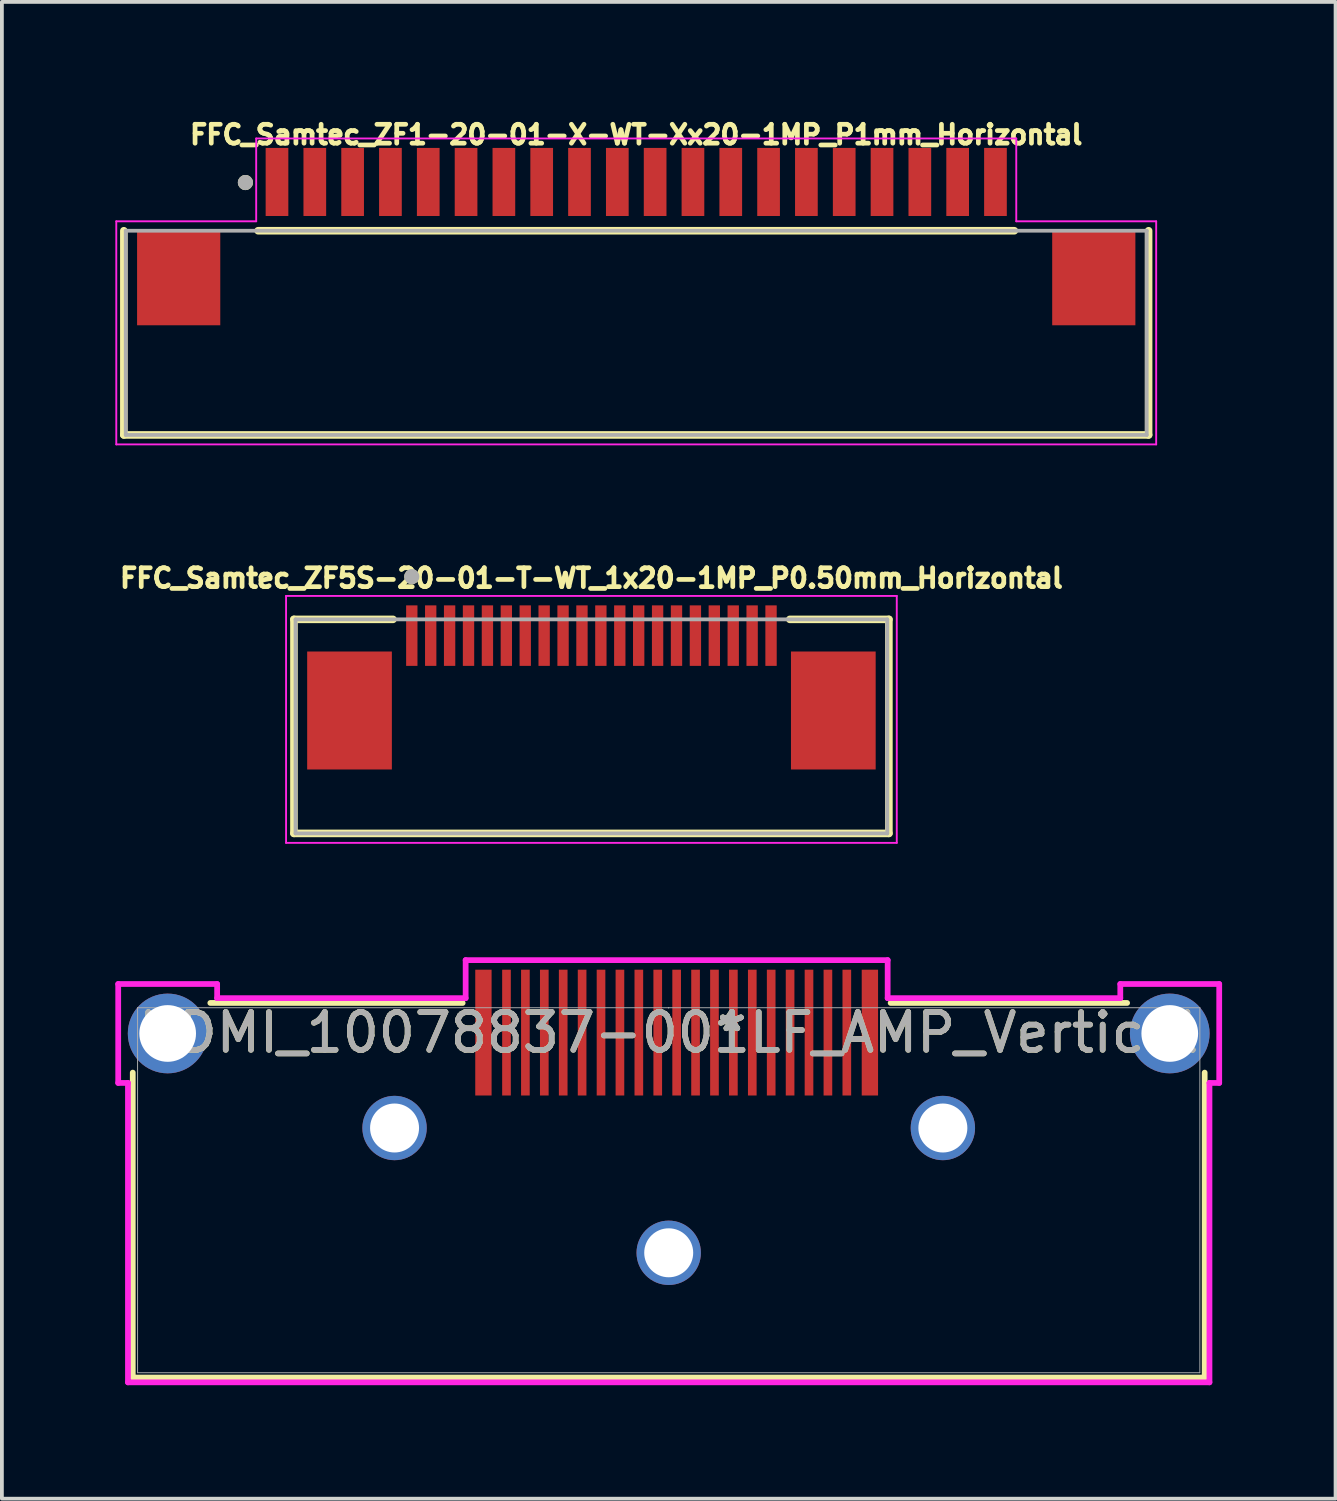
<source format=kicad_pcb>
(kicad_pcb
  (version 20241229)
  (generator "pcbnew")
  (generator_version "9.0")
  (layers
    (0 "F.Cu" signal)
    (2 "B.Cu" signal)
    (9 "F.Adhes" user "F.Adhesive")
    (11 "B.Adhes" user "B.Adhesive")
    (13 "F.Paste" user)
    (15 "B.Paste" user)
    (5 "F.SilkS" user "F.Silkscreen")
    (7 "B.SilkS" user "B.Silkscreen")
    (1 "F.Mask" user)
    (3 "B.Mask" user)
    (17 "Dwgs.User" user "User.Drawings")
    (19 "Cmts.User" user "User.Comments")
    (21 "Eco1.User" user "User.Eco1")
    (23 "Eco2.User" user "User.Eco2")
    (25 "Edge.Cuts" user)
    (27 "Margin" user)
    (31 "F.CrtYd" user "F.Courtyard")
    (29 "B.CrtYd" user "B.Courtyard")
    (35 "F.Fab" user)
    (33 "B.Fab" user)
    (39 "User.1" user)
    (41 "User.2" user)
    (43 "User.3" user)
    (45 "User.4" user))
  (footprint "HDMI_10078837-001LF_AMP_Vertical"
    (layer "F.Cu")
    (at 14.634 28.426)
    (property "Reference" "HDMI_10078837-001LF_AMP_Vertical" (at 0 -4.168 0) (unlocked yes) (layer "F.SilkS") (effects (font (size 1 1) (thickness 0.15))))
    (attr smd)
    (fp_line (start -14.173 -3.111) (end -14.173 4.953) (stroke (width 0.152) (type solid)) (layer "F.SilkS"))
    (fp_line (start -14.173 4.953) (end 14.173 4.953) (stroke (width 0.152) (type solid)) (layer "F.SilkS"))
    (fp_line (start -5.449 -4.953) (end -12.122 -4.953) (stroke (width 0.152) (type solid)) (layer "F.SilkS"))
    (fp_line (start 12.122 -4.953) (end 5.869 -4.953) (stroke (width 0.152) (type solid)) (layer "F.SilkS"))
    (fp_line (start 14.173 4.953) (end 14.173 -3.111) (stroke (width 0.152) (type solid)) (layer "F.SilkS"))
    (fp_line (start -14.558 -5.454) (end -14.558 -2.838) (stroke (width 0.152) (type solid)) (layer "F.CrtYd"))
    (fp_line (start -14.558 -2.838) (end -14.3 -2.838) (stroke (width 0.152) (type solid)) (layer "F.CrtYd"))
    (fp_line (start -14.3 -2.838) (end -14.3 5.08) (stroke (width 0.152) (type solid)) (layer "F.CrtYd"))
    (fp_line (start -14.3 5.08) (end 14.3 5.08) (stroke (width 0.152) (type solid)) (layer "F.CrtYd"))
    (fp_line (start -11.942 -5.454) (end -14.558 -5.454) (stroke (width 0.152) (type solid)) (layer "F.CrtYd"))
    (fp_line (start -11.942 -5.08) (end -11.942 -5.454) (stroke (width 0.152) (type solid)) (layer "F.CrtYd"))
    (fp_line (start -5.37 -6.086) (end -5.37 -5.08) (stroke (width 0.152) (type solid)) (layer "F.CrtYd"))
    (fp_line (start -5.37 -5.08) (end -11.942 -5.08) (stroke (width 0.152) (type solid)) (layer "F.CrtYd"))
    (fp_line (start 5.79 -6.086) (end -5.37 -6.086) (stroke (width 0.152) (type solid)) (layer "F.CrtYd"))
    (fp_line (start 5.79 -5.08) (end 5.79 -6.086) (stroke (width 0.152) (type solid)) (layer "F.CrtYd"))
    (fp_line (start 11.942 -5.454) (end 11.942 -5.08) (stroke (width 0.152) (type solid)) (layer "F.CrtYd"))
    (fp_line (start 11.942 -5.08) (end 5.79 -5.08) (stroke (width 0.152) (type solid)) (layer "F.CrtYd"))
    (fp_line (start 14.3 -2.838) (end 14.558 -2.838) (stroke (width 0.152) (type solid)) (layer "F.CrtYd"))
    (fp_line (start 14.3 5.08) (end 14.3 -2.838) (stroke (width 0.152) (type solid)) (layer "F.CrtYd"))
    (fp_line (start 14.558 -5.454) (end 11.942 -5.454) (stroke (width 0.152) (type solid)) (layer "F.CrtYd"))
    (fp_line (start 14.558 -2.838) (end 14.558 -5.454) (stroke (width 0.152) (type solid)) (layer "F.CrtYd"))
    (fp_line (start -14.046 -4.826) (end -14.046 4.826) (stroke (width 0.025) (type solid)) (layer "F.Fab"))
    (fp_line (start -14.046 4.826) (end 14.046 4.826) (stroke (width 0.025) (type solid)) (layer "F.Fab"))
    (fp_line (start 0 -4.826) (end 0 -4.826) (stroke (width 0.025) (type solid)) (layer "F.Fab"))
    (fp_line (start 0 -4.826) (end 0 -4.826) (stroke (width 0.025) (type solid)) (layer "F.Fab"))
    (fp_line (start 0 -4.826) (end 0 -4.826) (stroke (width 0.025) (type solid)) (layer "F.Fab"))
    (fp_line (start 0 -4.826) (end 0 -4.826) (stroke (width 0.025) (type solid)) (layer "F.Fab"))
    (fp_line (start 14.046 -4.826) (end -14.046 -4.826) (stroke (width 0.025) (type solid)) (layer "F.Fab"))
    (fp_line (start 14.046 4.826) (end 14.046 -4.826) (stroke (width 0.025) (type solid)) (layer "F.Fab"))
    (fp_text user "*" (at 1.67 -4.168 0) (layer "F.SilkS") (effects (font (size 1 1) (thickness 0.15))))
    (fp_text user "*" (at 1.67 -4.168 0) (unlocked yes) (layer "F.SilkS") (effects (font (size 1 1) (thickness 0.15))))
    (fp_text user "*" (at 1.67 -4.168 0) (unlocked yes) (layer "F.Fab") (effects (font (size 1 1) (thickness 0.15))))
    (fp_text user "*" (at 1.67 -4.168 0) (layer "F.Fab") (effects (font (size 1 1) (thickness 0.15))))
    (fp_text user "${REFERENCE}" (at 0 -4.168 0) (unlocked yes) (layer "F.Fab") (effects (font (size 1 1) (thickness 0.15))))
    (pad "1" smd rect (at 4.21 -4.169) (size 0.229 3.327) (layers "F.Cu" "F.Mask" "F.Paste"))
    (pad "2" smd rect (at 3.71 -4.169) (size 0.229 3.327) (layers "F.Cu" "F.Mask" "F.Paste"))
    (pad "3" smd rect (at 3.21 -4.169) (size 0.229 3.327) (layers "F.Cu" "F.Mask" "F.Paste"))
    (pad "4" smd rect (at 2.71 -4.169) (size 0.229 3.327) (layers "F.Cu" "F.Mask" "F.Paste"))
    (pad "5" smd rect (at 2.21 -4.169) (size 0.229 3.327) (layers "F.Cu" "F.Mask" "F.Paste"))
    (pad "6" smd rect (at 1.71 -4.169) (size 0.229 3.327) (layers "F.Cu" "F.Mask" "F.Paste"))
    (pad "7" smd rect (at 1.21 -4.169) (size 0.229 3.327) (layers "F.Cu" "F.Mask" "F.Paste"))
    (pad "8" smd rect (at 0.71 -4.169) (size 0.229 3.327) (layers "F.Cu" "F.Mask" "F.Paste"))
    (pad "9" smd rect (at 0.21 -4.169) (size 0.229 3.327) (layers "F.Cu" "F.Mask" "F.Paste"))
    (pad "10" smd rect (at -0.29 -4.169) (size 0.229 3.327) (layers "F.Cu" "F.Mask" "F.Paste"))
    (pad "11" smd rect (at -0.79 -4.169) (size 0.229 3.327) (layers "F.Cu" "F.Mask" "F.Paste"))
    (pad "12" smd rect (at -1.29 -4.169) (size 0.229 3.327) (layers "F.Cu" "F.Mask" "F.Paste"))
    (pad "13" smd rect (at -1.79 -4.169) (size 0.229 3.327) (layers "F.Cu" "F.Mask" "F.Paste"))
    (pad "14" smd rect (at -2.29 -4.169) (size 0.229 3.327) (layers "F.Cu" "F.Mask" "F.Paste"))
    (pad "15" smd rect (at -2.79 -4.169) (size 0.229 3.327) (layers "F.Cu" "F.Mask" "F.Paste"))
    (pad "16" smd rect (at -3.29 -4.169) (size 0.229 3.327) (layers "F.Cu" "F.Mask" "F.Paste"))
    (pad "17" smd rect (at -3.79 -4.169) (size 0.229 3.327) (layers "F.Cu" "F.Mask" "F.Paste"))
    (pad "18" smd rect (at -4.29 -4.169) (size 0.229 3.327) (layers "F.Cu" "F.Mask" "F.Paste"))
    (pad "19" smd rect (at -4.9 -4.169) (size 0.432 3.327) (layers "F.Cu" "F.Mask" "F.Paste"))
    (pad "20" smd rect (at 4.71 -4.169) (size 0.229 3.327) (layers "F.Cu" "F.Mask" "F.Paste"))
    (pad "21" smd rect (at 5.32 -4.169) (size 0.432 3.327) (layers "F.Cu" "F.Mask" "F.Paste"))
    (pad "22" thru_hole circle (at -13.25 -4.146) (size 2.108 2.108) (drill 1.499) (layers "*.Cu" "*.Mask"))
    (pad "23" thru_hole circle (at 13.25 -4.146) (size 2.108 2.108) (drill 1.499) (layers "*.Cu" "*.Mask"))
    (pad "24" thru_hole circle (at -7.25 -1.646) (size 1.702 1.702) (drill 1.295) (layers "*.Cu" "*.Mask"))
    (pad "25" thru_hole circle (at 7.25 -1.646) (size 1.702 1.702) (drill 1.295) (layers "*.Cu" "*.Mask"))
    (pad "26" thru_hole circle (at 0 1.654) (size 1.702 1.702) (drill 1.295) (layers "*.Cu" "*.Mask")))
  (footprint "FFC_Samtec_ZF1-20-01-X-WT-Xx20-1MP_P1mm_Horizontal"
    (layer "F.Cu")
    (at 13.775 1.762)
    (property "Reference" "FFC_Samtec_ZF1-20-01-X-WT-Xx20-1MP_P1mm_Horizontal" (at 0 -1.25 0) (layer "F.SilkS") (effects (font (size 0.5 0.5) (thickness 0.125) (bold yes))))
    (attr smd)
    (fp_line (start -13.55 1.29) (end -13.55 6.69) (stroke (width 0.2) (type solid)) (layer "F.SilkS"))
    (fp_line (start -13.55 6.69) (end 13.55 6.69) (stroke (width 0.2) (type solid)) (layer "F.SilkS"))
    (fp_line (start -10 1.29) (end 10 1.29) (stroke (width 0.2) (type solid)) (layer "F.SilkS"))
    (fp_line (start 13.55 6.69) (end 13.55 1.29) (stroke (width 0.2) (type solid)) (layer "F.SilkS"))
    (fp_circle (center -10.335 0.015) (end -10.235 0.015) (stroke (width 0.2) (type solid)) (fill no) (layer "F.SilkS"))
    (fp_line (start -13.75 1.04) (end -10.05 1.04) (stroke (width 0.05) (type solid)) (layer "F.CrtYd"))
    (fp_line (start -13.75 6.94) (end -13.75 1.04) (stroke (width 0.05) (type solid)) (layer "F.CrtYd"))
    (fp_line (start -10.05 -1.15) (end 10.05 -1.15) (stroke (width 0.05) (type solid)) (layer "F.CrtYd"))
    (fp_line (start -10.05 1.04) (end -10.05 -1.15) (stroke (width 0.05) (type solid)) (layer "F.CrtYd"))
    (fp_line (start 10.05 -1.15) (end 10.05 1.04) (stroke (width 0.05) (type solid)) (layer "F.CrtYd"))
    (fp_line (start 10.05 1.04) (end 13.75 1.04) (stroke (width 0.05) (type solid)) (layer "F.CrtYd"))
    (fp_line (start 13.75 1.04) (end 13.75 6.94) (stroke (width 0.05) (type solid)) (layer "F.CrtYd"))
    (fp_line (start 13.75 6.94) (end -13.75 6.94) (stroke (width 0.05) (type solid)) (layer "F.CrtYd"))
    (fp_line (start -13.5 1.29) (end -13.5 6.69) (stroke (width 0.1) (type solid)) (layer "F.Fab"))
    (fp_line (start -13.5 6.69) (end 13.5 6.69) (stroke (width 0.1) (type solid)) (layer "F.Fab"))
    (fp_line (start 13.5 1.29) (end -13.5 1.29) (stroke (width 0.1) (type solid)) (layer "F.Fab"))
    (fp_line (start 13.5 6.69) (end 13.5 1.29) (stroke (width 0.1) (type solid)) (layer "F.Fab"))
    (fp_circle (center -10.335 0.015) (end -10.235 0.015) (stroke (width 0.2) (type solid)) (fill no) (layer "F.Fab"))
    (pad "" smd rect (at -12.1 2.54) (size 2.2 2.5) (layers "F.Cu" "F.Mask" "F.Paste"))
    (pad "" smd rect (at 12.1 2.54) (size 2.2 2.5) (layers "F.Cu" "F.Mask" "F.Paste"))
    (pad "1" smd rect (at -9.5 0) (size 0.6 1.8) (layers "F.Cu" "F.Mask" "F.Paste"))
    (pad "2" smd rect (at -8.5 0) (size 0.6 1.8) (layers "F.Cu" "F.Mask" "F.Paste"))
    (pad "3" smd rect (at -7.5 0) (size 0.6 1.8) (layers "F.Cu" "F.Mask" "F.Paste"))
    (pad "4" smd rect (at -6.5 0) (size 0.6 1.8) (layers "F.Cu" "F.Mask" "F.Paste"))
    (pad "5" smd rect (at -5.5 0) (size 0.6 1.8) (layers "F.Cu" "F.Mask" "F.Paste"))
    (pad "6" smd rect (at -4.5 0) (size 0.6 1.8) (layers "F.Cu" "F.Mask" "F.Paste"))
    (pad "7" smd rect (at -3.5 0) (size 0.6 1.8) (layers "F.Cu" "F.Mask" "F.Paste"))
    (pad "8" smd rect (at -2.5 0) (size 0.6 1.8) (layers "F.Cu" "F.Mask" "F.Paste"))
    (pad "9" smd rect (at -1.5 0) (size 0.6 1.8) (layers "F.Cu" "F.Mask" "F.Paste"))
    (pad "10" smd rect (at -0.5 0) (size 0.6 1.8) (layers "F.Cu" "F.Mask" "F.Paste"))
    (pad "11" smd rect (at 0.5 0) (size 0.6 1.8) (layers "F.Cu" "F.Mask" "F.Paste"))
    (pad "12" smd rect (at 1.5 0) (size 0.6 1.8) (layers "F.Cu" "F.Mask" "F.Paste"))
    (pad "13" smd rect (at 2.5 0) (size 0.6 1.8) (layers "F.Cu" "F.Mask" "F.Paste"))
    (pad "14" smd rect (at 3.5 0) (size 0.6 1.8) (layers "F.Cu" "F.Mask" "F.Paste"))
    (pad "15" smd rect (at 4.5 0) (size 0.6 1.8) (layers "F.Cu" "F.Mask" "F.Paste"))
    (pad "16" smd rect (at 5.5 0) (size 0.6 1.8) (layers "F.Cu" "F.Mask" "F.Paste"))
    (pad "17" smd rect (at 6.5 0) (size 0.6 1.8) (layers "F.Cu" "F.Mask" "F.Paste"))
    (pad "18" smd rect (at 7.5 0) (size 0.6 1.8) (layers "F.Cu" "F.Mask" "F.Paste"))
    (pad "19" smd rect (at 8.5 0) (size 0.6 1.8) (layers "F.Cu" "F.Mask" "F.Paste"))
    (pad "20" smd rect (at 9.5 0) (size 0.6 1.8) (layers "F.Cu" "F.Mask" "F.Paste")))
  (footprint "FFC_Samtec_ZF5S-20-01-T-WT_1x20-1MP_P0.50mm_Horizontal"
    (layer "F.Cu")
    (at 12.59 15.739)
    (property "Reference" "FFC_Samtec_ZF5S-20-01-T-WT_1x20-1MP_P0.50mm_Horizontal" (at 0 -3.5 0) (layer "F.SilkS") (effects (font (size 0.5 0.5) (thickness 0.125) (bold yes))))
    (attr smd)
    (fp_line (start -7.867 -2.41) (end -7.867 3.25) (stroke (width 0.2) (type solid)) (layer "F.SilkS"))
    (fp_line (start -7.867 -2.41) (end -5.247 -2.41) (stroke (width 0.2) (type solid)) (layer "F.SilkS"))
    (fp_line (start -7.867 3.25) (end 7.867 3.25) (stroke (width 0.2) (type solid)) (layer "F.SilkS"))
    (fp_line (start 7.867 -2.41) (end 5.247 -2.41) (stroke (width 0.2) (type solid)) (layer "F.SilkS"))
    (fp_line (start 7.867 -2.41) (end 7.867 3.25) (stroke (width 0.2) (type solid)) (layer "F.SilkS"))
    (fp_circle (center -4.75 -3.54) (end -4.65 -3.54) (stroke (width 0.2) (type solid)) (fill no) (layer "F.SilkS"))
    (fp_line (start -8.075 -3.03) (end 8.075 -3.03) (stroke (width 0.05) (type solid)) (layer "F.CrtYd"))
    (fp_line (start -8.075 3.5) (end -8.075 -3.03) (stroke (width 0.05) (type solid)) (layer "F.CrtYd"))
    (fp_line (start 8.075 -3.03) (end 8.075 3.5) (stroke (width 0.05) (type solid)) (layer "F.CrtYd"))
    (fp_line (start 8.075 3.5) (end -8.075 3.5) (stroke (width 0.05) (type solid)) (layer "F.CrtYd"))
    (fp_line (start -7.825 -2.41) (end 7.825 -2.41) (stroke (width 0.1) (type solid)) (layer "F.Fab"))
    (fp_line (start -7.825 3.25) (end -7.825 -2.41) (stroke (width 0.1) (type solid)) (layer "F.Fab"))
    (fp_line (start 7.825 -2.41) (end 7.825 3.25) (stroke (width 0.1) (type solid)) (layer "F.Fab"))
    (fp_line (start 7.825 3.25) (end -7.825 3.25) (stroke (width 0.1) (type solid)) (layer "F.Fab"))
    (fp_circle (center -4.75 -3.54) (end -4.65 -3.54) (stroke (width 0.2) (type solid)) (fill no) (layer "F.Fab"))
    (pad "" smd rect (at -6.397 0) (size 2.24 3.12) (layers "F.Cu" "F.Mask" "F.Paste"))
    (pad "" smd rect (at 6.397 0) (size 2.24 3.12) (layers "F.Cu" "F.Mask" "F.Paste"))
    (pad "1" smd rect (at -4.75 -1.98) (size 0.3 1.6) (layers "F.Cu" "F.Mask" "F.Paste"))
    (pad "2" smd rect (at -4.25 -1.98) (size 0.3 1.6) (layers "F.Cu" "F.Mask" "F.Paste"))
    (pad "3" smd rect (at -3.75 -1.98) (size 0.3 1.6) (layers "F.Cu" "F.Mask" "F.Paste"))
    (pad "4" smd rect (at -3.25 -1.98) (size 0.3 1.6) (layers "F.Cu" "F.Mask" "F.Paste"))
    (pad "5" smd rect (at -2.75 -1.98) (size 0.3 1.6) (layers "F.Cu" "F.Mask" "F.Paste"))
    (pad "6" smd rect (at -2.25 -1.98) (size 0.3 1.6) (layers "F.Cu" "F.Mask" "F.Paste"))
    (pad "7" smd rect (at -1.75 -1.98) (size 0.3 1.6) (layers "F.Cu" "F.Mask" "F.Paste"))
    (pad "8" smd rect (at -1.25 -1.98) (size 0.3 1.6) (layers "F.Cu" "F.Mask" "F.Paste"))
    (pad "9" smd rect (at -0.75 -1.98) (size 0.3 1.6) (layers "F.Cu" "F.Mask" "F.Paste"))
    (pad "10" smd rect (at -0.25 -1.98) (size 0.3 1.6) (layers "F.Cu" "F.Mask" "F.Paste"))
    (pad "11" smd rect (at 0.25 -1.98) (size 0.3 1.6) (layers "F.Cu" "F.Mask" "F.Paste"))
    (pad "12" smd rect (at 0.75 -1.98) (size 0.3 1.6) (layers "F.Cu" "F.Mask" "F.Paste"))
    (pad "13" smd rect (at 1.25 -1.98) (size 0.3 1.6) (layers "F.Cu" "F.Mask" "F.Paste"))
    (pad "14" smd rect (at 1.75 -1.98) (size 0.3 1.6) (layers "F.Cu" "F.Mask" "F.Paste"))
    (pad "15" smd rect (at 2.25 -1.98) (size 0.3 1.6) (layers "F.Cu" "F.Mask" "F.Paste"))
    (pad "16" smd rect (at 2.75 -1.98) (size 0.3 1.6) (layers "F.Cu" "F.Mask" "F.Paste"))
    (pad "17" smd rect (at 3.25 -1.98) (size 0.3 1.6) (layers "F.Cu" "F.Mask" "F.Paste"))
    (pad "18" smd rect (at 3.75 -1.98) (size 0.3 1.6) (layers "F.Cu" "F.Mask" "F.Paste"))
    (pad "19" smd rect (at 4.25 -1.98) (size 0.3 1.6) (layers "F.Cu" "F.Mask" "F.Paste"))
    (pad "20" smd rect (at 4.75 -1.98) (size 0.3 1.6) (layers "F.Cu" "F.Mask" "F.Paste")))
  (gr_rect
    (start -3 -3)
    (end 32.269 36.582)
    (stroke (width 0.1) (type default))
    (fill no)
    (layer "Edge.Cuts")))
</source>
